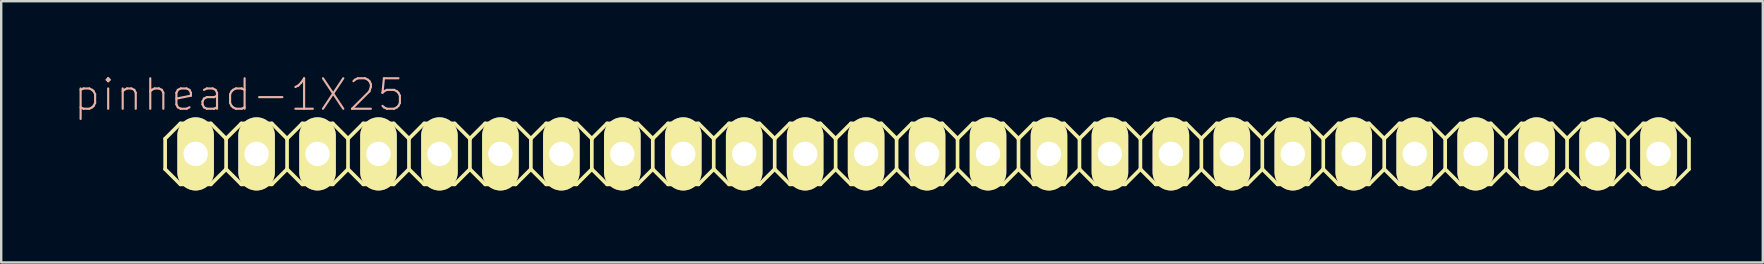
<source format=kicad_pcb>
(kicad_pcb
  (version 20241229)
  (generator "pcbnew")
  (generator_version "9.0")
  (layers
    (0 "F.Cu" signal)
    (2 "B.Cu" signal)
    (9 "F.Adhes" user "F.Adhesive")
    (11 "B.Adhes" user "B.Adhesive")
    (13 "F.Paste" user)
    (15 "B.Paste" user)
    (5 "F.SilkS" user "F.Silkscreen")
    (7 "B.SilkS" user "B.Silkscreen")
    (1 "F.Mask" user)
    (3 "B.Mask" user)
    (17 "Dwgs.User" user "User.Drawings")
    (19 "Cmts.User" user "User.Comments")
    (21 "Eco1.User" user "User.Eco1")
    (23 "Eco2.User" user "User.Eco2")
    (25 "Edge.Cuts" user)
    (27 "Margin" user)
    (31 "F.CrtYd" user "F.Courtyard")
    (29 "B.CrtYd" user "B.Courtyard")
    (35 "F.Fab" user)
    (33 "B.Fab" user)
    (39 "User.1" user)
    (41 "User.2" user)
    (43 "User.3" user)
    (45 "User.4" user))
  (footprint "pinhead-1X25"
    (layer "F.Cu")
    (at 34.312 3.363)
    (property "Reference" "pinhead-1X25" (at -27.381 -2.464 0) (layer "B.SilkS") (effects (font (size 1.27 1.27) (thickness 0.089))))
    (attr exclude_from_pos_files exclude_from_bom)
    (fp_line (start -30.48 -0.635) (end -30.48 0.635) (stroke (width 0.152) (type solid)) (layer "F.SilkS"))
    (fp_line (start -30.48 0.635) (end -29.845 1.27) (stroke (width 0.152) (type solid)) (layer "F.SilkS"))
    (fp_line (start -29.845 -1.27) (end -30.48 -0.635) (stroke (width 0.152) (type solid)) (layer "F.SilkS"))
    (fp_line (start -29.845 -1.27) (end -28.575 -1.27) (stroke (width 0.152) (type solid)) (layer "F.SilkS"))
    (fp_line (start -29.464 -0.254) (end -28.953 -0.254) (stroke (width 0.066) (type solid)) (layer "F.SilkS"))
    (fp_line (start -29.464 0.254) (end -29.464 -0.254) (stroke (width 0.066) (type solid)) (layer "F.SilkS"))
    (fp_line (start -29.464 0.254) (end -28.953 0.254) (stroke (width 0.066) (type solid)) (layer "F.SilkS"))
    (fp_line (start -28.953 0.254) (end -28.953 -0.254) (stroke (width 0.066) (type solid)) (layer "F.SilkS"))
    (fp_line (start -28.575 -1.27) (end -27.94 -0.635) (stroke (width 0.152) (type solid)) (layer "F.SilkS"))
    (fp_line (start -28.575 1.27) (end -29.845 1.27) (stroke (width 0.152) (type solid)) (layer "F.SilkS"))
    (fp_line (start -27.94 -0.635) (end -27.94 0.635) (stroke (width 0.152) (type solid)) (layer "F.SilkS"))
    (fp_line (start -27.94 -0.635) (end -27.305 -1.27) (stroke (width 0.152) (type solid)) (layer "F.SilkS"))
    (fp_line (start -27.94 0.635) (end -28.575 1.27) (stroke (width 0.152) (type solid)) (layer "F.SilkS"))
    (fp_line (start -27.305 -1.27) (end -26.035 -1.27) (stroke (width 0.152) (type solid)) (layer "F.SilkS"))
    (fp_line (start -27.305 1.27) (end -27.94 0.635) (stroke (width 0.152) (type solid)) (layer "F.SilkS"))
    (fp_line (start -26.924 -0.254) (end -26.416 -0.254) (stroke (width 0.066) (type solid)) (layer "F.SilkS"))
    (fp_line (start -26.924 0.254) (end -26.924 -0.254) (stroke (width 0.066) (type solid)) (layer "F.SilkS"))
    (fp_line (start -26.924 0.254) (end -26.416 0.254) (stroke (width 0.066) (type solid)) (layer "F.SilkS"))
    (fp_line (start -26.416 0.254) (end -26.416 -0.254) (stroke (width 0.066) (type solid)) (layer "F.SilkS"))
    (fp_line (start -26.035 -1.27) (end -25.4 -0.635) (stroke (width 0.152) (type solid)) (layer "F.SilkS"))
    (fp_line (start -26.035 1.27) (end -27.305 1.27) (stroke (width 0.152) (type solid)) (layer "F.SilkS"))
    (fp_line (start -25.4 -0.635) (end -25.4 0.635) (stroke (width 0.152) (type solid)) (layer "F.SilkS"))
    (fp_line (start -25.4 -0.635) (end -24.765 -1.27) (stroke (width 0.152) (type solid)) (layer "F.SilkS"))
    (fp_line (start -25.4 0.635) (end -26.035 1.27) (stroke (width 0.152) (type solid)) (layer "F.SilkS"))
    (fp_line (start -24.765 -1.27) (end -23.495 -1.27) (stroke (width 0.152) (type solid)) (layer "F.SilkS"))
    (fp_line (start -24.765 1.27) (end -25.4 0.635) (stroke (width 0.152) (type solid)) (layer "F.SilkS"))
    (fp_line (start -24.384 -0.254) (end -23.876 -0.254) (stroke (width 0.066) (type solid)) (layer "F.SilkS"))
    (fp_line (start -24.384 0.254) (end -24.384 -0.254) (stroke (width 0.066) (type solid)) (layer "F.SilkS"))
    (fp_line (start -24.384 0.254) (end -23.876 0.254) (stroke (width 0.066) (type solid)) (layer "F.SilkS"))
    (fp_line (start -23.876 0.254) (end -23.876 -0.254) (stroke (width 0.066) (type solid)) (layer "F.SilkS"))
    (fp_line (start -23.495 -1.27) (end -22.86 -0.635) (stroke (width 0.152) (type solid)) (layer "F.SilkS"))
    (fp_line (start -23.495 1.27) (end -24.765 1.27) (stroke (width 0.152) (type solid)) (layer "F.SilkS"))
    (fp_line (start -22.86 -0.635) (end -22.86 0.635) (stroke (width 0.152) (type solid)) (layer "F.SilkS"))
    (fp_line (start -22.86 0.635) (end -23.495 1.27) (stroke (width 0.152) (type solid)) (layer "F.SilkS"))
    (fp_line (start -22.86 0.635) (end -22.225 1.27) (stroke (width 0.152) (type solid)) (layer "F.SilkS"))
    (fp_line (start -22.225 -1.27) (end -22.86 -0.635) (stroke (width 0.152) (type solid)) (layer "F.SilkS"))
    (fp_line (start -22.225 -1.27) (end -20.955 -1.27) (stroke (width 0.152) (type solid)) (layer "F.SilkS"))
    (fp_line (start -21.844 -0.254) (end -21.336 -0.254) (stroke (width 0.066) (type solid)) (layer "F.SilkS"))
    (fp_line (start -21.844 0.254) (end -21.844 -0.254) (stroke (width 0.066) (type solid)) (layer "F.SilkS"))
    (fp_line (start -21.844 0.254) (end -21.336 0.254) (stroke (width 0.066) (type solid)) (layer "F.SilkS"))
    (fp_line (start -21.336 0.254) (end -21.336 -0.254) (stroke (width 0.066) (type solid)) (layer "F.SilkS"))
    (fp_line (start -20.955 -1.27) (end -20.32 -0.635) (stroke (width 0.152) (type solid)) (layer "F.SilkS"))
    (fp_line (start -20.955 1.27) (end -22.225 1.27) (stroke (width 0.152) (type solid)) (layer "F.SilkS"))
    (fp_line (start -20.32 -0.635) (end -20.32 0.635) (stroke (width 0.152) (type solid)) (layer "F.SilkS"))
    (fp_line (start -20.32 -0.635) (end -19.685 -1.27) (stroke (width 0.152) (type solid)) (layer "F.SilkS"))
    (fp_line (start -20.32 0.635) (end -20.955 1.27) (stroke (width 0.152) (type solid)) (layer "F.SilkS"))
    (fp_line (start -19.685 -1.27) (end -18.415 -1.27) (stroke (width 0.152) (type solid)) (layer "F.SilkS"))
    (fp_line (start -19.685 1.27) (end -20.32 0.635) (stroke (width 0.152) (type solid)) (layer "F.SilkS"))
    (fp_line (start -19.304 -0.254) (end -18.796 -0.254) (stroke (width 0.066) (type solid)) (layer "F.SilkS"))
    (fp_line (start -19.304 0.254) (end -19.304 -0.254) (stroke (width 0.066) (type solid)) (layer "F.SilkS"))
    (fp_line (start -19.304 0.254) (end -18.796 0.254) (stroke (width 0.066) (type solid)) (layer "F.SilkS"))
    (fp_line (start -18.796 0.254) (end -18.796 -0.254) (stroke (width 0.066) (type solid)) (layer "F.SilkS"))
    (fp_line (start -18.415 -1.27) (end -17.78 -0.635) (stroke (width 0.152) (type solid)) (layer "F.SilkS"))
    (fp_line (start -18.415 1.27) (end -19.685 1.27) (stroke (width 0.152) (type solid)) (layer "F.SilkS"))
    (fp_line (start -17.78 -0.635) (end -17.78 0.635) (stroke (width 0.152) (type solid)) (layer "F.SilkS"))
    (fp_line (start -17.78 -0.635) (end -17.145 -1.27) (stroke (width 0.152) (type solid)) (layer "F.SilkS"))
    (fp_line (start -17.78 0.635) (end -18.415 1.27) (stroke (width 0.152) (type solid)) (layer "F.SilkS"))
    (fp_line (start -17.145 -1.27) (end -15.875 -1.27) (stroke (width 0.152) (type solid)) (layer "F.SilkS"))
    (fp_line (start -17.145 1.27) (end -17.78 0.635) (stroke (width 0.152) (type solid)) (layer "F.SilkS"))
    (fp_line (start -16.764 -0.254) (end -16.256 -0.254) (stroke (width 0.066) (type solid)) (layer "F.SilkS"))
    (fp_line (start -16.764 0.254) (end -16.764 -0.254) (stroke (width 0.066) (type solid)) (layer "F.SilkS"))
    (fp_line (start -16.764 0.254) (end -16.256 0.254) (stroke (width 0.066) (type solid)) (layer "F.SilkS"))
    (fp_line (start -16.256 0.254) (end -16.256 -0.254) (stroke (width 0.066) (type solid)) (layer "F.SilkS"))
    (fp_line (start -15.875 -1.27) (end -15.24 -0.635) (stroke (width 0.152) (type solid)) (layer "F.SilkS"))
    (fp_line (start -15.875 1.27) (end -17.145 1.27) (stroke (width 0.152) (type solid)) (layer "F.SilkS"))
    (fp_line (start -15.24 -0.635) (end -15.24 0.635) (stroke (width 0.152) (type solid)) (layer "F.SilkS"))
    (fp_line (start -15.24 0.635) (end -15.875 1.27) (stroke (width 0.152) (type solid)) (layer "F.SilkS"))
    (fp_line (start -15.24 0.635) (end -14.605 1.27) (stroke (width 0.152) (type solid)) (layer "F.SilkS"))
    (fp_line (start -14.605 -1.27) (end -15.24 -0.635) (stroke (width 0.152) (type solid)) (layer "F.SilkS"))
    (fp_line (start -14.605 -1.27) (end -13.335 -1.27) (stroke (width 0.152) (type solid)) (layer "F.SilkS"))
    (fp_line (start -14.224 -0.254) (end -13.716 -0.254) (stroke (width 0.066) (type solid)) (layer "F.SilkS"))
    (fp_line (start -14.224 0.254) (end -14.224 -0.254) (stroke (width 0.066) (type solid)) (layer "F.SilkS"))
    (fp_line (start -14.224 0.254) (end -13.716 0.254) (stroke (width 0.066) (type solid)) (layer "F.SilkS"))
    (fp_line (start -13.716 0.254) (end -13.716 -0.254) (stroke (width 0.066) (type solid)) (layer "F.SilkS"))
    (fp_line (start -13.335 -1.27) (end -12.7 -0.635) (stroke (width 0.152) (type solid)) (layer "F.SilkS"))
    (fp_line (start -13.335 1.27) (end -14.605 1.27) (stroke (width 0.152) (type solid)) (layer "F.SilkS"))
    (fp_line (start -12.7 -0.635) (end -12.7 0.635) (stroke (width 0.152) (type solid)) (layer "F.SilkS"))
    (fp_line (start -12.7 -0.635) (end -12.065 -1.27) (stroke (width 0.152) (type solid)) (layer "F.SilkS"))
    (fp_line (start -12.7 0.635) (end -13.335 1.27) (stroke (width 0.152) (type solid)) (layer "F.SilkS"))
    (fp_line (start -12.065 -1.27) (end -10.795 -1.27) (stroke (width 0.152) (type solid)) (layer "F.SilkS"))
    (fp_line (start -12.065 1.27) (end -12.7 0.635) (stroke (width 0.152) (type solid)) (layer "F.SilkS"))
    (fp_line (start -11.684 -0.254) (end -11.176 -0.254) (stroke (width 0.066) (type solid)) (layer "F.SilkS"))
    (fp_line (start -11.684 0.254) (end -11.684 -0.254) (stroke (width 0.066) (type solid)) (layer "F.SilkS"))
    (fp_line (start -11.684 0.254) (end -11.176 0.254) (stroke (width 0.066) (type solid)) (layer "F.SilkS"))
    (fp_line (start -11.176 0.254) (end -11.176 -0.254) (stroke (width 0.066) (type solid)) (layer "F.SilkS"))
    (fp_line (start -10.795 -1.27) (end -10.16 -0.635) (stroke (width 0.152) (type solid)) (layer "F.SilkS"))
    (fp_line (start -10.795 1.27) (end -12.065 1.27) (stroke (width 0.152) (type solid)) (layer "F.SilkS"))
    (fp_line (start -10.16 -0.635) (end -10.16 0.635) (stroke (width 0.152) (type solid)) (layer "F.SilkS"))
    (fp_line (start -10.16 -0.635) (end -9.525 -1.27) (stroke (width 0.152) (type solid)) (layer "F.SilkS"))
    (fp_line (start -10.16 0.635) (end -10.795 1.27) (stroke (width 0.152) (type solid)) (layer "F.SilkS"))
    (fp_line (start -9.525 -1.27) (end -8.255 -1.27) (stroke (width 0.152) (type solid)) (layer "F.SilkS"))
    (fp_line (start -9.525 1.27) (end -10.16 0.635) (stroke (width 0.152) (type solid)) (layer "F.SilkS"))
    (fp_line (start -9.144 -0.254) (end -8.636 -0.254) (stroke (width 0.066) (type solid)) (layer "F.SilkS"))
    (fp_line (start -9.144 0.254) (end -9.144 -0.254) (stroke (width 0.066) (type solid)) (layer "F.SilkS"))
    (fp_line (start -9.144 0.254) (end -8.636 0.254) (stroke (width 0.066) (type solid)) (layer "F.SilkS"))
    (fp_line (start -8.636 0.254) (end -8.636 -0.254) (stroke (width 0.066) (type solid)) (layer "F.SilkS"))
    (fp_line (start -8.255 -1.27) (end -7.62 -0.635) (stroke (width 0.152) (type solid)) (layer "F.SilkS"))
    (fp_line (start -8.255 1.27) (end -9.525 1.27) (stroke (width 0.152) (type solid)) (layer "F.SilkS"))
    (fp_line (start -7.62 -0.635) (end -7.62 0.635) (stroke (width 0.152) (type solid)) (layer "F.SilkS"))
    (fp_line (start -7.62 0.635) (end -8.255 1.27) (stroke (width 0.152) (type solid)) (layer "F.SilkS"))
    (fp_line (start -7.62 0.635) (end -6.985 1.27) (stroke (width 0.152) (type solid)) (layer "F.SilkS"))
    (fp_line (start -6.985 -1.27) (end -7.62 -0.635) (stroke (width 0.152) (type solid)) (layer "F.SilkS"))
    (fp_line (start -6.985 -1.27) (end -5.715 -1.27) (stroke (width 0.152) (type solid)) (layer "F.SilkS"))
    (fp_line (start -6.604 -0.254) (end -6.096 -0.254) (stroke (width 0.066) (type solid)) (layer "F.SilkS"))
    (fp_line (start -6.604 0.254) (end -6.604 -0.254) (stroke (width 0.066) (type solid)) (layer "F.SilkS"))
    (fp_line (start -6.604 0.254) (end -6.096 0.254) (stroke (width 0.066) (type solid)) (layer "F.SilkS"))
    (fp_line (start -6.096 0.254) (end -6.096 -0.254) (stroke (width 0.066) (type solid)) (layer "F.SilkS"))
    (fp_line (start -5.715 -1.27) (end -5.08 -0.635) (stroke (width 0.152) (type solid)) (layer "F.SilkS"))
    (fp_line (start -5.715 1.27) (end -6.985 1.27) (stroke (width 0.152) (type solid)) (layer "F.SilkS"))
    (fp_line (start -5.08 -0.635) (end -5.08 0.635) (stroke (width 0.152) (type solid)) (layer "F.SilkS"))
    (fp_line (start -5.08 -0.635) (end -4.445 -1.27) (stroke (width 0.152) (type solid)) (layer "F.SilkS"))
    (fp_line (start -5.08 0.635) (end -5.715 1.27) (stroke (width 0.152) (type solid)) (layer "F.SilkS"))
    (fp_line (start -4.445 -1.27) (end -3.175 -1.27) (stroke (width 0.152) (type solid)) (layer "F.SilkS"))
    (fp_line (start -4.445 1.27) (end -5.08 0.635) (stroke (width 0.152) (type solid)) (layer "F.SilkS"))
    (fp_line (start -4.064 -0.254) (end -3.556 -0.254) (stroke (width 0.066) (type solid)) (layer "F.SilkS"))
    (fp_line (start -4.064 0.254) (end -4.064 -0.254) (stroke (width 0.066) (type solid)) (layer "F.SilkS"))
    (fp_line (start -4.064 0.254) (end -3.556 0.254) (stroke (width 0.066) (type solid)) (layer "F.SilkS"))
    (fp_line (start -3.556 0.254) (end -3.556 -0.254) (stroke (width 0.066) (type solid)) (layer "F.SilkS"))
    (fp_line (start -3.175 -1.27) (end -2.54 -0.635) (stroke (width 0.152) (type solid)) (layer "F.SilkS"))
    (fp_line (start -3.175 1.27) (end -4.445 1.27) (stroke (width 0.152) (type solid)) (layer "F.SilkS"))
    (fp_line (start -2.54 -0.635) (end -2.54 0.635) (stroke (width 0.152) (type solid)) (layer "F.SilkS"))
    (fp_line (start -2.54 -0.635) (end -1.905 -1.27) (stroke (width 0.152) (type solid)) (layer "F.SilkS"))
    (fp_line (start -2.54 0.635) (end -3.175 1.27) (stroke (width 0.152) (type solid)) (layer "F.SilkS"))
    (fp_line (start -1.905 -1.27) (end -0.635 -1.27) (stroke (width 0.152) (type solid)) (layer "F.SilkS"))
    (fp_line (start -1.905 1.27) (end -2.54 0.635) (stroke (width 0.152) (type solid)) (layer "F.SilkS"))
    (fp_line (start -1.524 -0.254) (end -1.016 -0.254) (stroke (width 0.066) (type solid)) (layer "F.SilkS"))
    (fp_line (start -1.524 0.254) (end -1.524 -0.254) (stroke (width 0.066) (type solid)) (layer "F.SilkS"))
    (fp_line (start -1.524 0.254) (end -1.016 0.254) (stroke (width 0.066) (type solid)) (layer "F.SilkS"))
    (fp_line (start -1.016 0.254) (end -1.016 -0.254) (stroke (width 0.066) (type solid)) (layer "F.SilkS"))
    (fp_line (start -0.635 -1.27) (end 0 -0.635) (stroke (width 0.152) (type solid)) (layer "F.SilkS"))
    (fp_line (start -0.635 1.27) (end -1.905 1.27) (stroke (width 0.152) (type solid)) (layer "F.SilkS"))
    (fp_line (start 0 -0.635) (end 0 0.635) (stroke (width 0.152) (type solid)) (layer "F.SilkS"))
    (fp_line (start 0 0.635) (end -0.635 1.27) (stroke (width 0.152) (type solid)) (layer "F.SilkS"))
    (fp_line (start 0 0.635) (end 0.635 1.27) (stroke (width 0.152) (type solid)) (layer "F.SilkS"))
    (fp_line (start 0.635 -1.27) (end 0 -0.635) (stroke (width 0.152) (type solid)) (layer "F.SilkS"))
    (fp_line (start 0.635 -1.27) (end 1.905 -1.27) (stroke (width 0.152) (type solid)) (layer "F.SilkS"))
    (fp_line (start 1.016 -0.254) (end 1.524 -0.254) (stroke (width 0.066) (type solid)) (layer "F.SilkS"))
    (fp_line (start 1.016 0.254) (end 1.016 -0.254) (stroke (width 0.066) (type solid)) (layer "F.SilkS"))
    (fp_line (start 1.016 0.254) (end 1.524 0.254) (stroke (width 0.066) (type solid)) (layer "F.SilkS"))
    (fp_line (start 1.524 0.254) (end 1.524 -0.254) (stroke (width 0.066) (type solid)) (layer "F.SilkS"))
    (fp_line (start 1.905 -1.27) (end 2.54 -0.635) (stroke (width 0.152) (type solid)) (layer "F.SilkS"))
    (fp_line (start 1.905 1.27) (end 0.635 1.27) (stroke (width 0.152) (type solid)) (layer "F.SilkS"))
    (fp_line (start 2.54 -0.635) (end 2.54 0.635) (stroke (width 0.152) (type solid)) (layer "F.SilkS"))
    (fp_line (start 2.54 -0.635) (end 3.175 -1.27) (stroke (width 0.152) (type solid)) (layer "F.SilkS"))
    (fp_line (start 2.54 0.635) (end 1.905 1.27) (stroke (width 0.152) (type solid)) (layer "F.SilkS"))
    (fp_line (start 3.175 -1.27) (end 4.445 -1.27) (stroke (width 0.152) (type solid)) (layer "F.SilkS"))
    (fp_line (start 3.175 1.27) (end 2.54 0.635) (stroke (width 0.152) (type solid)) (layer "F.SilkS"))
    (fp_line (start 3.556 -0.254) (end 4.064 -0.254) (stroke (width 0.066) (type solid)) (layer "F.SilkS"))
    (fp_line (start 3.556 0.254) (end 3.556 -0.254) (stroke (width 0.066) (type solid)) (layer "F.SilkS"))
    (fp_line (start 3.556 0.254) (end 4.064 0.254) (stroke (width 0.066) (type solid)) (layer "F.SilkS"))
    (fp_line (start 4.064 0.254) (end 4.064 -0.254) (stroke (width 0.066) (type solid)) (layer "F.SilkS"))
    (fp_line (start 4.445 -1.27) (end 5.08 -0.635) (stroke (width 0.152) (type solid)) (layer "F.SilkS"))
    (fp_line (start 4.445 1.27) (end 3.175 1.27) (stroke (width 0.152) (type solid)) (layer "F.SilkS"))
    (fp_line (start 5.08 -0.635) (end 5.08 0.635) (stroke (width 0.152) (type solid)) (layer "F.SilkS"))
    (fp_line (start 5.08 -0.635) (end 5.715 -1.27) (stroke (width 0.152) (type solid)) (layer "F.SilkS"))
    (fp_line (start 5.08 0.635) (end 4.445 1.27) (stroke (width 0.152) (type solid)) (layer "F.SilkS"))
    (fp_line (start 5.715 -1.27) (end 6.985 -1.27) (stroke (width 0.152) (type solid)) (layer "F.SilkS"))
    (fp_line (start 5.715 1.27) (end 5.08 0.635) (stroke (width 0.152) (type solid)) (layer "F.SilkS"))
    (fp_line (start 6.096 -0.254) (end 6.604 -0.254) (stroke (width 0.066) (type solid)) (layer "F.SilkS"))
    (fp_line (start 6.096 0.254) (end 6.096 -0.254) (stroke (width 0.066) (type solid)) (layer "F.SilkS"))
    (fp_line (start 6.096 0.254) (end 6.604 0.254) (stroke (width 0.066) (type solid)) (layer "F.SilkS"))
    (fp_line (start 6.604 0.254) (end 6.604 -0.254) (stroke (width 0.066) (type solid)) (layer "F.SilkS"))
    (fp_line (start 6.985 -1.27) (end 7.62 -0.635) (stroke (width 0.152) (type solid)) (layer "F.SilkS"))
    (fp_line (start 6.985 1.27) (end 5.715 1.27) (stroke (width 0.152) (type solid)) (layer "F.SilkS"))
    (fp_line (start 7.62 -0.635) (end 7.62 0.635) (stroke (width 0.152) (type solid)) (layer "F.SilkS"))
    (fp_line (start 7.62 0.635) (end 6.985 1.27) (stroke (width 0.152) (type solid)) (layer "F.SilkS"))
    (fp_line (start 7.62 0.635) (end 8.255 1.27) (stroke (width 0.152) (type solid)) (layer "F.SilkS"))
    (fp_line (start 8.255 -1.27) (end 7.62 -0.635) (stroke (width 0.152) (type solid)) (layer "F.SilkS"))
    (fp_line (start 8.255 -1.27) (end 9.525 -1.27) (stroke (width 0.152) (type solid)) (layer "F.SilkS"))
    (fp_line (start 8.636 -0.254) (end 9.144 -0.254) (stroke (width 0.066) (type solid)) (layer "F.SilkS"))
    (fp_line (start 8.636 0.254) (end 8.636 -0.254) (stroke (width 0.066) (type solid)) (layer "F.SilkS"))
    (fp_line (start 8.636 0.254) (end 9.144 0.254) (stroke (width 0.066) (type solid)) (layer "F.SilkS"))
    (fp_line (start 9.144 0.254) (end 9.144 -0.254) (stroke (width 0.066) (type solid)) (layer "F.SilkS"))
    (fp_line (start 9.525 -1.27) (end 10.16 -0.635) (stroke (width 0.152) (type solid)) (layer "F.SilkS"))
    (fp_line (start 9.525 1.27) (end 8.255 1.27) (stroke (width 0.152) (type solid)) (layer "F.SilkS"))
    (fp_line (start 10.16 -0.635) (end 10.16 0.635) (stroke (width 0.152) (type solid)) (layer "F.SilkS"))
    (fp_line (start 10.16 -0.635) (end 10.795 -1.27) (stroke (width 0.152) (type solid)) (layer "F.SilkS"))
    (fp_line (start 10.16 0.635) (end 9.525 1.27) (stroke (width 0.152) (type solid)) (layer "F.SilkS"))
    (fp_line (start 10.795 -1.27) (end 12.065 -1.27) (stroke (width 0.152) (type solid)) (layer "F.SilkS"))
    (fp_line (start 10.795 1.27) (end 10.16 0.635) (stroke (width 0.152) (type solid)) (layer "F.SilkS"))
    (fp_line (start 11.176 -0.254) (end 11.684 -0.254) (stroke (width 0.066) (type solid)) (layer "F.SilkS"))
    (fp_line (start 11.176 0.254) (end 11.176 -0.254) (stroke (width 0.066) (type solid)) (layer "F.SilkS"))
    (fp_line (start 11.176 0.254) (end 11.684 0.254) (stroke (width 0.066) (type solid)) (layer "F.SilkS"))
    (fp_line (start 11.684 0.254) (end 11.684 -0.254) (stroke (width 0.066) (type solid)) (layer "F.SilkS"))
    (fp_line (start 12.065 -1.27) (end 12.7 -0.635) (stroke (width 0.152) (type solid)) (layer "F.SilkS"))
    (fp_line (start 12.065 1.27) (end 10.795 1.27) (stroke (width 0.152) (type solid)) (layer "F.SilkS"))
    (fp_line (start 12.7 -0.635) (end 12.7 0.635) (stroke (width 0.152) (type solid)) (layer "F.SilkS"))
    (fp_line (start 12.7 -0.635) (end 13.335 -1.27) (stroke (width 0.152) (type solid)) (layer "F.SilkS"))
    (fp_line (start 12.7 0.635) (end 12.065 1.27) (stroke (width 0.152) (type solid)) (layer "F.SilkS"))
    (fp_line (start 13.335 -1.27) (end 14.605 -1.27) (stroke (width 0.152) (type solid)) (layer "F.SilkS"))
    (fp_line (start 13.335 1.27) (end 12.7 0.635) (stroke (width 0.152) (type solid)) (layer "F.SilkS"))
    (fp_line (start 13.716 -0.254) (end 14.224 -0.254) (stroke (width 0.066) (type solid)) (layer "F.SilkS"))
    (fp_line (start 13.716 0.254) (end 13.716 -0.254) (stroke (width 0.066) (type solid)) (layer "F.SilkS"))
    (fp_line (start 13.716 0.254) (end 14.224 0.254) (stroke (width 0.066) (type solid)) (layer "F.SilkS"))
    (fp_line (start 14.224 0.254) (end 14.224 -0.254) (stroke (width 0.066) (type solid)) (layer "F.SilkS"))
    (fp_line (start 14.605 -1.27) (end 15.24 -0.635) (stroke (width 0.152) (type solid)) (layer "F.SilkS"))
    (fp_line (start 14.605 1.27) (end 13.335 1.27) (stroke (width 0.152) (type solid)) (layer "F.SilkS"))
    (fp_line (start 15.24 -0.635) (end 15.24 0.635) (stroke (width 0.152) (type solid)) (layer "F.SilkS"))
    (fp_line (start 15.24 0.635) (end 14.605 1.27) (stroke (width 0.152) (type solid)) (layer "F.SilkS"))
    (fp_line (start 15.24 0.635) (end 15.875 1.27) (stroke (width 0.152) (type solid)) (layer "F.SilkS"))
    (fp_line (start 15.875 -1.27) (end 15.24 -0.635) (stroke (width 0.152) (type solid)) (layer "F.SilkS"))
    (fp_line (start 15.875 -1.27) (end 17.145 -1.27) (stroke (width 0.152) (type solid)) (layer "F.SilkS"))
    (fp_line (start 16.256 -0.254) (end 16.764 -0.254) (stroke (width 0.066) (type solid)) (layer "F.SilkS"))
    (fp_line (start 16.256 0.254) (end 16.256 -0.254) (stroke (width 0.066) (type solid)) (layer "F.SilkS"))
    (fp_line (start 16.256 0.254) (end 16.764 0.254) (stroke (width 0.066) (type solid)) (layer "F.SilkS"))
    (fp_line (start 16.764 0.254) (end 16.764 -0.254) (stroke (width 0.066) (type solid)) (layer "F.SilkS"))
    (fp_line (start 17.145 -1.27) (end 17.78 -0.635) (stroke (width 0.152) (type solid)) (layer "F.SilkS"))
    (fp_line (start 17.145 1.27) (end 15.875 1.27) (stroke (width 0.152) (type solid)) (layer "F.SilkS"))
    (fp_line (start 17.78 -0.635) (end 17.78 0.635) (stroke (width 0.152) (type solid)) (layer "F.SilkS"))
    (fp_line (start 17.78 0.635) (end 17.145 1.27) (stroke (width 0.152) (type solid)) (layer "F.SilkS"))
    (fp_line (start 17.78 0.635) (end 18.415 1.27) (stroke (width 0.152) (type solid)) (layer "F.SilkS"))
    (fp_line (start 18.415 -1.27) (end 17.78 -0.635) (stroke (width 0.152) (type solid)) (layer "F.SilkS"))
    (fp_line (start 18.415 -1.27) (end 19.685 -1.27) (stroke (width 0.152) (type solid)) (layer "F.SilkS"))
    (fp_line (start 18.796 -0.254) (end 19.304 -0.254) (stroke (width 0.066) (type solid)) (layer "F.SilkS"))
    (fp_line (start 18.796 0.254) (end 18.796 -0.254) (stroke (width 0.066) (type solid)) (layer "F.SilkS"))
    (fp_line (start 18.796 0.254) (end 19.304 0.254) (stroke (width 0.066) (type solid)) (layer "F.SilkS"))
    (fp_line (start 19.304 0.254) (end 19.304 -0.254) (stroke (width 0.066) (type solid)) (layer "F.SilkS"))
    (fp_line (start 19.685 -1.27) (end 20.32 -0.635) (stroke (width 0.152) (type solid)) (layer "F.SilkS"))
    (fp_line (start 19.685 1.27) (end 18.415 1.27) (stroke (width 0.152) (type solid)) (layer "F.SilkS"))
    (fp_line (start 20.32 -0.635) (end 20.32 0.635) (stroke (width 0.152) (type solid)) (layer "F.SilkS"))
    (fp_line (start 20.32 0.635) (end 19.685 1.27) (stroke (width 0.152) (type solid)) (layer "F.SilkS"))
    (fp_line (start 20.32 0.635) (end 20.955 1.27) (stroke (width 0.152) (type solid)) (layer "F.SilkS"))
    (fp_line (start 20.955 -1.27) (end 20.32 -0.635) (stroke (width 0.152) (type solid)) (layer "F.SilkS"))
    (fp_line (start 20.955 -1.27) (end 22.225 -1.27) (stroke (width 0.152) (type solid)) (layer "F.SilkS"))
    (fp_line (start 21.336 -0.254) (end 21.844 -0.254) (stroke (width 0.066) (type solid)) (layer "F.SilkS"))
    (fp_line (start 21.336 0.254) (end 21.336 -0.254) (stroke (width 0.066) (type solid)) (layer "F.SilkS"))
    (fp_line (start 21.336 0.254) (end 21.844 0.254) (stroke (width 0.066) (type solid)) (layer "F.SilkS"))
    (fp_line (start 21.844 0.254) (end 21.844 -0.254) (stroke (width 0.066) (type solid)) (layer "F.SilkS"))
    (fp_line (start 22.225 -1.27) (end 22.86 -0.635) (stroke (width 0.152) (type solid)) (layer "F.SilkS"))
    (fp_line (start 22.225 1.27) (end 20.955 1.27) (stroke (width 0.152) (type solid)) (layer "F.SilkS"))
    (fp_line (start 22.86 -0.635) (end 22.86 0.635) (stroke (width 0.152) (type solid)) (layer "F.SilkS"))
    (fp_line (start 22.86 0.635) (end 22.225 1.27) (stroke (width 0.152) (type solid)) (layer "F.SilkS"))
    (fp_line (start 22.86 0.635) (end 23.495 1.27) (stroke (width 0.152) (type solid)) (layer "F.SilkS"))
    (fp_line (start 23.495 -1.27) (end 22.86 -0.635) (stroke (width 0.152) (type solid)) (layer "F.SilkS"))
    (fp_line (start 23.495 -1.27) (end 24.765 -1.27) (stroke (width 0.152) (type solid)) (layer "F.SilkS"))
    (fp_line (start 23.876 -0.254) (end 24.384 -0.254) (stroke (width 0.066) (type solid)) (layer "F.SilkS"))
    (fp_line (start 23.876 0.254) (end 23.876 -0.254) (stroke (width 0.066) (type solid)) (layer "F.SilkS"))
    (fp_line (start 23.876 0.254) (end 24.384 0.254) (stroke (width 0.066) (type solid)) (layer "F.SilkS"))
    (fp_line (start 24.384 0.254) (end 24.384 -0.254) (stroke (width 0.066) (type solid)) (layer "F.SilkS"))
    (fp_line (start 24.765 -1.27) (end 25.4 -0.635) (stroke (width 0.152) (type solid)) (layer "F.SilkS"))
    (fp_line (start 24.765 1.27) (end 23.495 1.27) (stroke (width 0.152) (type solid)) (layer "F.SilkS"))
    (fp_line (start 25.4 -0.635) (end 25.4 0.635) (stroke (width 0.152) (type solid)) (layer "F.SilkS"))
    (fp_line (start 25.4 0.635) (end 24.765 1.27) (stroke (width 0.152) (type solid)) (layer "F.SilkS"))
    (fp_line (start 25.4 0.635) (end 26.035 1.27) (stroke (width 0.152) (type solid)) (layer "F.SilkS"))
    (fp_line (start 26.035 -1.27) (end 25.4 -0.635) (stroke (width 0.152) (type solid)) (layer "F.SilkS"))
    (fp_line (start 26.035 -1.27) (end 27.305 -1.27) (stroke (width 0.152) (type solid)) (layer "F.SilkS"))
    (fp_line (start 26.416 -0.254) (end 26.924 -0.254) (stroke (width 0.066) (type solid)) (layer "F.SilkS"))
    (fp_line (start 26.416 0.254) (end 26.416 -0.254) (stroke (width 0.066) (type solid)) (layer "F.SilkS"))
    (fp_line (start 26.416 0.254) (end 26.924 0.254) (stroke (width 0.066) (type solid)) (layer "F.SilkS"))
    (fp_line (start 26.924 0.254) (end 26.924 -0.254) (stroke (width 0.066) (type solid)) (layer "F.SilkS"))
    (fp_line (start 27.305 -1.27) (end 27.94 -0.635) (stroke (width 0.152) (type solid)) (layer "F.SilkS"))
    (fp_line (start 27.305 1.27) (end 26.035 1.27) (stroke (width 0.152) (type solid)) (layer "F.SilkS"))
    (fp_line (start 27.94 -0.635) (end 27.94 0.635) (stroke (width 0.152) (type solid)) (layer "F.SilkS"))
    (fp_line (start 27.94 0.635) (end 27.305 1.27) (stroke (width 0.152) (type solid)) (layer "F.SilkS"))
    (fp_line (start 27.94 0.635) (end 28.575 1.27) (stroke (width 0.152) (type solid)) (layer "F.SilkS"))
    (fp_line (start 28.575 -1.27) (end 27.94 -0.635) (stroke (width 0.152) (type solid)) (layer "F.SilkS"))
    (fp_line (start 28.575 -1.27) (end 29.845 -1.27) (stroke (width 0.152) (type solid)) (layer "F.SilkS"))
    (fp_line (start 28.953 -0.254) (end 29.464 -0.254) (stroke (width 0.066) (type solid)) (layer "F.SilkS"))
    (fp_line (start 28.953 0.254) (end 28.953 -0.254) (stroke (width 0.066) (type solid)) (layer "F.SilkS"))
    (fp_line (start 28.953 0.254) (end 29.464 0.254) (stroke (width 0.066) (type solid)) (layer "F.SilkS"))
    (fp_line (start 29.464 0.254) (end 29.464 -0.254) (stroke (width 0.066) (type solid)) (layer "F.SilkS"))
    (fp_line (start 29.845 -1.27) (end 30.48 -0.635) (stroke (width 0.152) (type solid)) (layer "F.SilkS"))
    (fp_line (start 29.845 1.27) (end 28.575 1.27) (stroke (width 0.152) (type solid)) (layer "F.SilkS"))
    (fp_line (start 30.48 -0.635) (end 30.48 0.635) (stroke (width 0.152) (type solid)) (layer "F.SilkS"))
    (fp_line (start 30.48 0.635) (end 29.845 1.27) (stroke (width 0.152) (type solid)) (layer "F.SilkS"))
    (fp_line (start 30.48 0.635) (end 31.115 1.27) (stroke (width 0.152) (type solid)) (layer "F.SilkS"))
    (fp_line (start 31.115 -1.27) (end 30.48 -0.635) (stroke (width 0.152) (type solid)) (layer "F.SilkS"))
    (fp_line (start 31.115 -1.27) (end 32.385 -1.27) (stroke (width 0.152) (type solid)) (layer "F.SilkS"))
    (fp_line (start 31.496 -0.254) (end 32.004 -0.254) (stroke (width 0.066) (type solid)) (layer "F.SilkS"))
    (fp_line (start 31.496 0.254) (end 31.496 -0.254) (stroke (width 0.066) (type solid)) (layer "F.SilkS"))
    (fp_line (start 31.496 0.254) (end 32.004 0.254) (stroke (width 0.066) (type solid)) (layer "F.SilkS"))
    (fp_line (start 32.004 0.254) (end 32.004 -0.254) (stroke (width 0.066) (type solid)) (layer "F.SilkS"))
    (fp_line (start 32.385 -1.27) (end 33.02 -0.635) (stroke (width 0.152) (type solid)) (layer "F.SilkS"))
    (fp_line (start 32.385 1.27) (end 31.115 1.27) (stroke (width 0.152) (type solid)) (layer "F.SilkS"))
    (fp_line (start 33.02 -0.635) (end 33.02 0.635) (stroke (width 0.152) (type solid)) (layer "F.SilkS"))
    (fp_line (start 33.02 0.635) (end 32.385 1.27) (stroke (width 0.152) (type solid)) (layer "F.SilkS"))
    (pad "1" thru_hole oval (at -29.21 0) (size 1.524 3.048) (drill 1.016) (layers "*.Cu" "F.Mask" "F.SilkS" "F.Paste"))
    (pad "2" thru_hole oval (at -26.67 0) (size 1.524 3.048) (drill 1.016) (layers "*.Cu" "F.Mask" "F.SilkS" "F.Paste"))
    (pad "3" thru_hole oval (at -24.13 0) (size 1.524 3.048) (drill 1.016) (layers "*.Cu" "F.Mask" "F.SilkS" "F.Paste"))
    (pad "4" thru_hole oval (at -21.59 0) (size 1.524 3.048) (drill 1.016) (layers "*.Cu" "F.Mask" "F.SilkS" "F.Paste"))
    (pad "5" thru_hole oval (at -19.05 0) (size 1.524 3.048) (drill 1.016) (layers "*.Cu" "F.Mask" "F.SilkS" "F.Paste"))
    (pad "6" thru_hole oval (at -16.51 0) (size 1.524 3.048) (drill 1.016) (layers "*.Cu" "F.Mask" "F.SilkS" "F.Paste"))
    (pad "7" thru_hole oval (at -13.97 0) (size 1.524 3.048) (drill 1.016) (layers "*.Cu" "F.Mask" "F.SilkS" "F.Paste"))
    (pad "8" thru_hole oval (at -11.43 0) (size 1.524 3.048) (drill 1.016) (layers "*.Cu" "F.Mask" "F.SilkS" "F.Paste"))
    (pad "9" thru_hole oval (at -8.89 0) (size 1.524 3.048) (drill 1.016) (layers "*.Cu" "F.Mask" "F.SilkS" "F.Paste"))
    (pad "10" thru_hole oval (at -6.35 0) (size 1.524 3.048) (drill 1.016) (layers "*.Cu" "F.Mask" "F.SilkS" "F.Paste"))
    (pad "11" thru_hole oval (at -3.81 0) (size 1.524 3.048) (drill 1.016) (layers "*.Cu" "F.Mask" "F.SilkS" "F.Paste"))
    (pad "12" thru_hole oval (at -1.27 0) (size 1.524 3.048) (drill 1.016) (layers "*.Cu" "F.Mask" "F.SilkS" "F.Paste"))
    (pad "13" thru_hole oval (at 1.27 0) (size 1.524 3.048) (drill 1.016) (layers "*.Cu" "F.Mask" "F.SilkS" "F.Paste"))
    (pad "14" thru_hole oval (at 3.81 0) (size 1.524 3.048) (drill 1.016) (layers "*.Cu" "F.Mask" "F.SilkS" "F.Paste"))
    (pad "15" thru_hole oval (at 6.35 0) (size 1.524 3.048) (drill 1.016) (layers "*.Cu" "F.Mask" "F.SilkS" "F.Paste"))
    (pad "16" thru_hole oval (at 8.89 0) (size 1.524 3.048) (drill 1.016) (layers "*.Cu" "F.Mask" "F.SilkS" "F.Paste"))
    (pad "17" thru_hole oval (at 11.43 0) (size 1.524 3.048) (drill 1.016) (layers "*.Cu" "F.Mask" "F.SilkS" "F.Paste"))
    (pad "18" thru_hole oval (at 13.97 0) (size 1.524 3.048) (drill 1.016) (layers "*.Cu" "F.Mask" "F.SilkS" "F.Paste"))
    (pad "19" thru_hole oval (at 16.51 0) (size 1.524 3.048) (drill 1.016) (layers "*.Cu" "F.Mask" "F.SilkS" "F.Paste"))
    (pad "20" thru_hole oval (at 19.05 0) (size 1.524 3.048) (drill 1.016) (layers "*.Cu" "F.Mask" "F.SilkS" "F.Paste"))
    (pad "21" thru_hole oval (at 21.59 0) (size 1.524 3.048) (drill 1.016) (layers "*.Cu" "F.Mask" "F.SilkS" "F.Paste"))
    (pad "22" thru_hole oval (at 24.13 0) (size 1.524 3.048) (drill 1.016) (layers "*.Cu" "F.Mask" "F.SilkS" "F.Paste"))
    (pad "23" thru_hole oval (at 26.67 0) (size 1.524 3.048) (drill 1.016) (layers "*.Cu" "F.Mask" "F.SilkS" "F.Paste"))
    (pad "24" thru_hole oval (at 29.21 0) (size 1.524 3.048) (drill 1.016) (layers "*.Cu" "F.Mask" "F.SilkS" "F.Paste"))
    (pad "25" thru_hole oval (at 31.75 0) (size 1.524 3.048) (drill 1.016) (layers "*.Cu" "F.Mask" "F.SilkS" "F.Paste")))
  (gr_rect
    (start -3 -3)
    (end 70.408 7.887)
    (stroke (width 0.1) (type default))
    (fill no)
    (layer "Edge.Cuts")))
</source>
